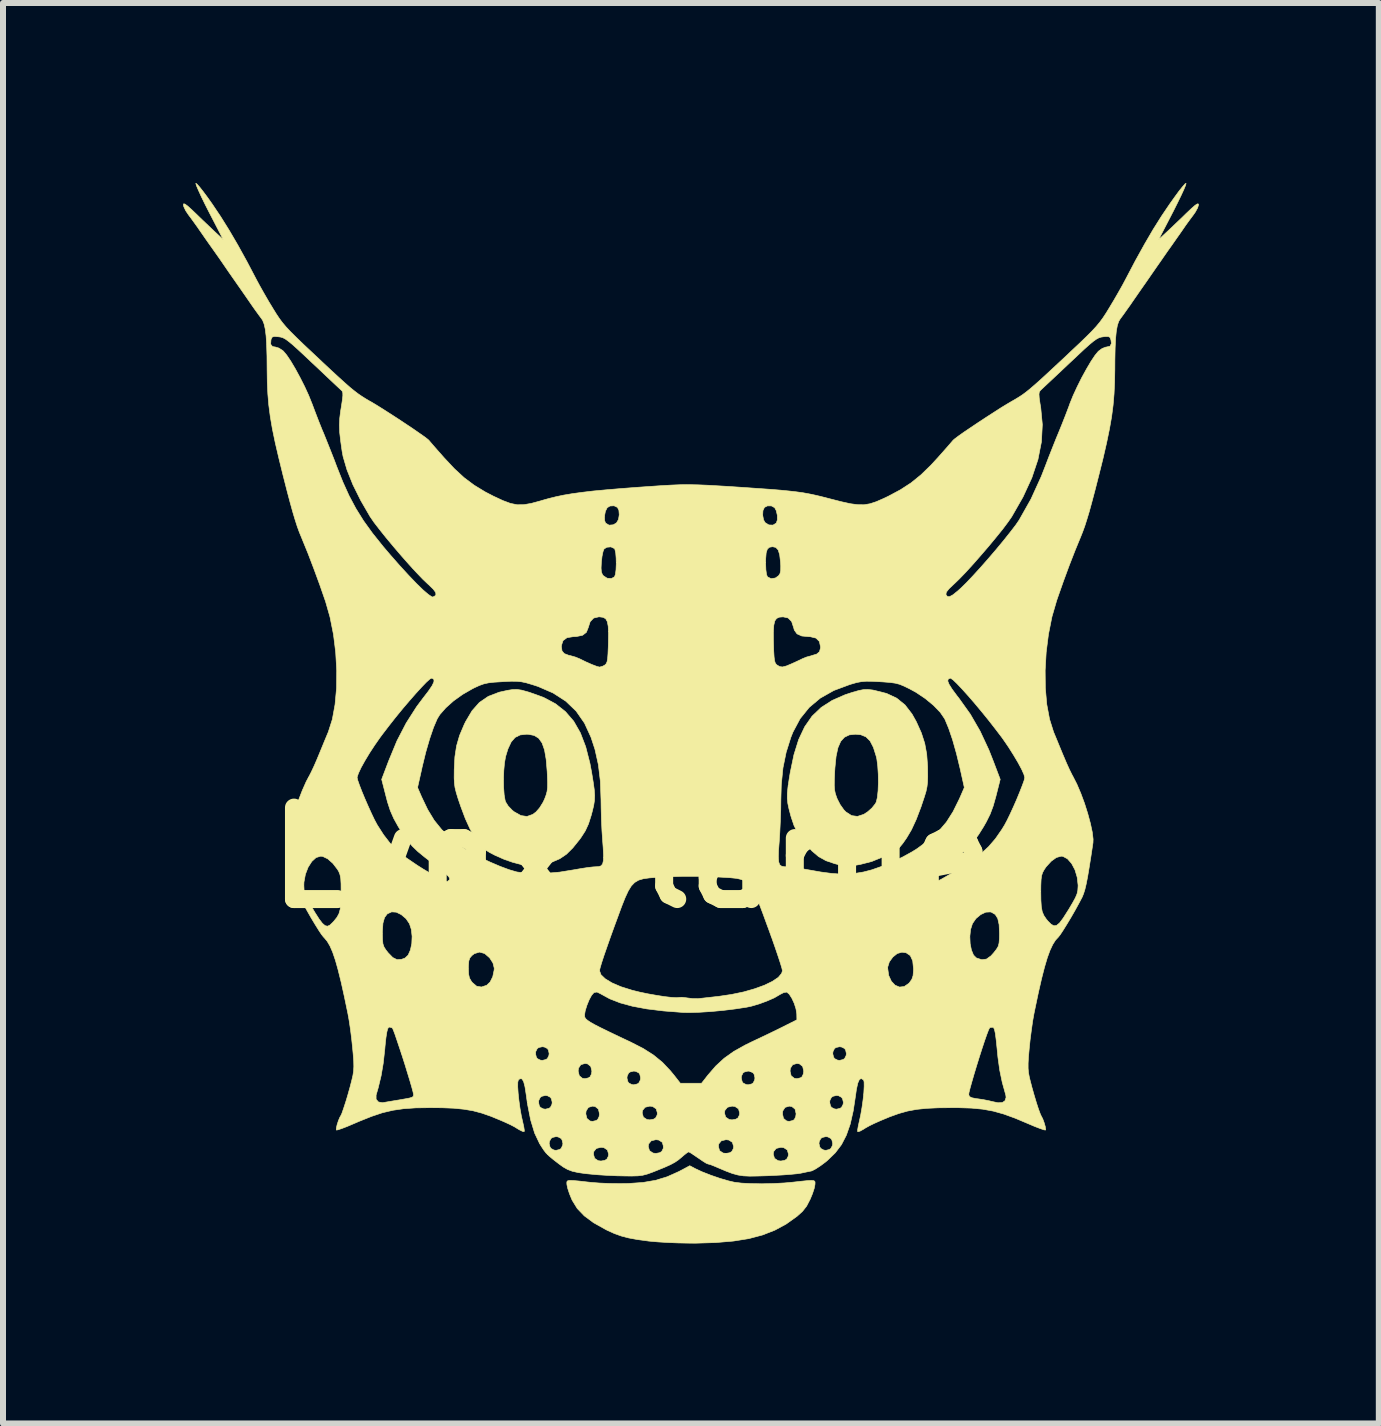
<source format=kicad_pcb>
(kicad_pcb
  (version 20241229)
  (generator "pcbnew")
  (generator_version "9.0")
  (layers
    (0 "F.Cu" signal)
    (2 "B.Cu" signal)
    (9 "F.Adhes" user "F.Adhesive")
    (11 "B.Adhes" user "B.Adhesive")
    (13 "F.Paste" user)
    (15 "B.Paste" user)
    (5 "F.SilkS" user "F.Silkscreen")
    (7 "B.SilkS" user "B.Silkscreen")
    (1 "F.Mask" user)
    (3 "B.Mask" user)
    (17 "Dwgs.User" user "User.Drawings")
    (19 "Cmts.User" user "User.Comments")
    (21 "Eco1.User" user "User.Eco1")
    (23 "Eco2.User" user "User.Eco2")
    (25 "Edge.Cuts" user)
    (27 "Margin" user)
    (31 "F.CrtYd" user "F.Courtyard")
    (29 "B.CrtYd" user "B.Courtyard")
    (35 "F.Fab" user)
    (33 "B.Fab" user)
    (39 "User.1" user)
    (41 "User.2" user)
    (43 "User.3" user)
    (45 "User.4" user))
  (footprint "Lynx large"
    (layer "F.Cu")
    (at 7.473 11.242)
    (property "Reference" "Lynx large" (at 0 0 0) (layer "F.SilkS") (effects (font (size 1.524 1.524) (thickness 0.3))))
    (attr through_hole)
    (fp_poly (pts (xy 1.063 5.182) (xy 1.177 5.235) (xy 1.32 5.291) (xy 1.474 5.344) (xy 1.618 5.386) (xy 1.713 5.408) (xy 1.834 5.423) (xy 1.991 5.431) (xy 2.172 5.434) (xy 2.363 5.43) (xy 2.551 5.42) (xy 2.692 5.407) (xy 2.836 5.391) (xy 2.936 5.381) (xy 3.001 5.378) (xy 3.038 5.382) (xy 3.055 5.394) (xy 3.059 5.416) (xy 3.057 5.448) (xy 3.057 5.448) (xy 3.045 5.51) (xy 3.016 5.598) (xy 2.977 5.693) (xy 2.976 5.694) (xy 2.918 5.806) (xy 2.85 5.893) (xy 2.756 5.978) (xy 2.751 5.981) (xy 2.576 6.106) (xy 2.389 6.207) (xy 2.184 6.287) (xy 1.954 6.348) (xy 1.695 6.389) (xy 1.4 6.414) (xy 1.065 6.424) (xy 0.947 6.423) (xy 0.782 6.42) (xy 0.608 6.413) (xy 0.444 6.403) (xy 0.308 6.391) (xy 0.279 6.388) (xy 0.097 6.363) (xy -0.05 6.336) (xy -0.172 6.304) (xy -0.286 6.263) (xy -0.405 6.209) (xy -0.432 6.195) (xy -0.632 6.083) (xy -0.787 5.968) (xy -0.904 5.846) (xy -0.987 5.711) (xy -0.995 5.694) (xy -1.034 5.599) (xy -1.063 5.51) (xy -1.076 5.449) (xy -1.076 5.448) (xy -1.078 5.418) (xy -1.075 5.396) (xy -1.061 5.383) (xy -1.028 5.378) (xy -0.97 5.38) (xy -0.878 5.388) (xy -0.746 5.403) (xy -0.673 5.411) (xy -0.532 5.422) (xy -0.363 5.429) (xy -0.189 5.431) (xy -0.051 5.429) (xy 0.192 5.412) (xy 0.402 5.376) (xy 0.595 5.317) (xy 0.787 5.231) (xy 0.835 5.206) (xy 0.971 5.133) (xy 1.063 5.182)) (stroke (width 0.01) (type solid)) (fill yes) (layer "F.SilkS"))
    (fp_poly (pts (xy 4.018 -2.794) (xy 4.044 -2.789) (xy 4.25 -2.737) (xy 4.419 -2.658) (xy 4.558 -2.545) (xy 4.675 -2.393) (xy 4.746 -2.266) (xy 4.83 -2.079) (xy 4.886 -1.906) (xy 4.919 -1.727) (xy 4.934 -1.523) (xy 4.935 -1.466) (xy 4.936 -1.35) (xy 4.933 -1.259) (xy 4.924 -1.181) (xy 4.907 -1.101) (xy 4.877 -1.004) (xy 4.834 -0.876) (xy 4.826 -0.851) (xy 4.745 -0.638) (xy 4.665 -0.465) (xy 4.585 -0.33) (xy 4.521 -0.238) (xy 4.468 -0.174) (xy 4.411 -0.126) (xy 4.335 -0.081) (xy 4.242 -0.034) (xy 4.004 0.063) (xy 3.81 0.113) (xy 3.711 0.13) (xy 3.633 0.143) (xy 3.588 0.15) (xy 3.581 0.15) (xy 3.552 0.143) (xy 3.487 0.126) (xy 3.399 0.103) (xy 3.381 0.098) (xy 3.24 0.05) (xy 3.119 -0.017) (xy 3.006 -0.113) (xy 2.891 -0.244) (xy 2.844 -0.306) (xy 2.766 -0.422) (xy 2.709 -0.534) (xy 2.664 -0.667) (xy 2.653 -0.703) (xy 2.624 -0.814) (xy 2.605 -0.904) (xy 2.596 -0.987) (xy 2.597 -1.075) (xy 2.608 -1.181) (xy 2.611 -1.203) (xy 3.379 -1.203) (xy 3.384 -1.13) (xy 3.396 -1.071) (xy 3.416 -1.011) (xy 3.428 -0.98) (xy 3.477 -0.884) (xy 3.539 -0.797) (xy 3.573 -0.762) (xy 3.668 -0.701) (xy 3.765 -0.688) (xy 3.87 -0.722) (xy 3.935 -0.764) (xy 4.006 -0.827) (xy 4.063 -0.898) (xy 4.079 -0.928) (xy 4.097 -1.004) (xy 4.109 -1.116) (xy 4.114 -1.251) (xy 4.112 -1.393) (xy 4.103 -1.53) (xy 4.088 -1.646) (xy 4.079 -1.685) (xy 4.031 -1.838) (xy 3.975 -1.946) (xy 3.906 -2.014) (xy 3.819 -2.049) (xy 3.732 -2.057) (xy 3.629 -2.046) (xy 3.548 -2.007) (xy 3.486 -1.938) (xy 3.44 -1.832) (xy 3.409 -1.687) (xy 3.39 -1.498) (xy 3.386 -1.435) (xy 3.38 -1.3) (xy 3.379 -1.203) (xy 2.611 -1.203) (xy 2.628 -1.316) (xy 2.645 -1.419) (xy 2.707 -1.716) (xy 2.786 -1.969) (xy 2.886 -2.181) (xy 3.009 -2.358) (xy 3.161 -2.503) (xy 3.343 -2.62) (xy 3.559 -2.715) (xy 3.681 -2.755) (xy 3.79 -2.786) (xy 3.869 -2.801) (xy 3.939 -2.803) (xy 4.018 -2.794)) (stroke (width 0.01) (type solid)) (fill yes) (layer "F.SilkS"))
    (fp_poly (pts (xy -1.832 -2.792) (xy -1.734 -2.765) (xy -1.7 -2.755) (xy -1.466 -2.671) (xy -1.267 -2.565) (xy -1.101 -2.434) (xy -0.963 -2.274) (xy -0.852 -2.08) (xy -0.763 -1.848) (xy -0.693 -1.574) (xy -0.664 -1.419) (xy -0.638 -1.259) (xy -0.621 -1.137) (xy -0.614 -1.039) (xy -0.617 -0.955) (xy -0.63 -0.87) (xy -0.653 -0.774) (xy -0.672 -0.703) (xy -0.717 -0.562) (xy -0.77 -0.447) (xy -0.842 -0.335) (xy -0.863 -0.306) (xy -0.978 -0.163) (xy -1.085 -0.057) (xy -1.196 0.018) (xy -1.322 0.072) (xy -1.416 0.1) (xy -1.513 0.124) (xy -1.591 0.141) (xy -1.637 0.15) (xy -1.643 0.15) (xy -1.676 0.144) (xy -1.746 0.131) (xy -1.837 0.113) (xy -1.854 0.11) (xy -1.98 0.077) (xy -2.123 0.027) (xy -2.259 -0.033) (xy -2.261 -0.033) (xy -2.365 -0.087) (xy -2.438 -0.132) (xy -2.494 -0.181) (xy -2.547 -0.248) (xy -2.603 -0.33) (xy -2.69 -0.477) (xy -2.77 -0.653) (xy -2.844 -0.851) (xy -2.89 -0.985) (xy -2.921 -1.087) (xy -2.941 -1.169) (xy -2.951 -1.246) (xy -2.954 -1.311) (xy -2.133 -1.311) (xy -2.131 -1.171) (xy -2.122 -1.048) (xy -2.106 -0.955) (xy -2.097 -0.928) (xy -2.055 -0.861) (xy -1.988 -0.791) (xy -1.954 -0.764) (xy -1.843 -0.702) (xy -1.742 -0.687) (xy -1.646 -0.721) (xy -1.591 -0.762) (xy -1.53 -0.832) (xy -1.472 -0.926) (xy -1.447 -0.98) (xy -1.423 -1.044) (xy -1.407 -1.103) (xy -1.399 -1.168) (xy -1.398 -1.252) (xy -1.402 -1.369) (xy -1.405 -1.435) (xy -1.422 -1.638) (xy -1.449 -1.795) (xy -1.49 -1.911) (xy -1.547 -1.991) (xy -1.622 -2.037) (xy -1.719 -2.056) (xy -1.75 -2.057) (xy -1.856 -2.045) (xy -1.939 -2.004) (xy -2.005 -1.928) (xy -2.059 -1.812) (xy -2.098 -1.685) (xy -2.116 -1.582) (xy -2.128 -1.452) (xy -2.133 -1.311) (xy -2.954 -1.311) (xy -2.955 -1.333) (xy -2.954 -1.445) (xy -2.954 -1.466) (xy -2.943 -1.68) (xy -2.915 -1.863) (xy -2.865 -2.036) (xy -2.788 -2.218) (xy -2.765 -2.266) (xy -2.657 -2.448) (xy -2.534 -2.587) (xy -2.386 -2.688) (xy -2.206 -2.757) (xy -2.062 -2.789) (xy -1.977 -2.802) (xy -1.907 -2.803) (xy -1.832 -2.792)) (stroke (width 0.01) (type solid)) (fill yes) (layer "F.SilkS"))
    (fp_poly (pts (xy 9.233 -11.204) (xy 9.204 -11.134) (xy 9.158 -11.034) (xy 9.098 -10.911) (xy 9.029 -10.773) (xy 9.017 -10.75) (xy 8.784 -10.3) (xy 8.907 -10.414) (xy 8.978 -10.48) (xy 9.071 -10.569) (xy 9.173 -10.666) (xy 9.239 -10.731) (xy 9.331 -10.818) (xy 9.392 -10.871) (xy 9.429 -10.895) (xy 9.446 -10.893) (xy 9.449 -10.879) (xy 9.434 -10.829) (xy 9.396 -10.759) (xy 9.361 -10.709) (xy 9.297 -10.623) (xy 9.233 -10.535) (xy 9.208 -10.498) (xy 9.161 -10.43) (xy 9.097 -10.339) (xy 9.029 -10.242) (xy 9.016 -10.223) (xy 8.936 -10.111) (xy 8.848 -9.984) (xy 8.77 -9.872) (xy 8.769 -9.871) (xy 8.695 -9.764) (xy 8.616 -9.65) (xy 8.549 -9.553) (xy 8.547 -9.551) (xy 8.48 -9.455) (xy 8.401 -9.341) (xy 8.327 -9.234) (xy 8.325 -9.23) (xy 8.26 -9.139) (xy 8.2 -9.054) (xy 8.155 -8.993) (xy 8.148 -8.985) (xy 8.119 -8.937) (xy 8.096 -8.869) (xy 8.079 -8.776) (xy 8.067 -8.653) (xy 8.059 -8.494) (xy 8.055 -8.293) (xy 8.054 -8.128) (xy 8.05 -7.921) (xy 8.041 -7.727) (xy 8.025 -7.539) (xy 8 -7.346) (xy 7.964 -7.141) (xy 7.917 -6.913) (xy 7.858 -6.656) (xy 7.785 -6.363) (xy 7.724 -6.124) (xy 7.672 -5.928) (xy 7.628 -5.767) (xy 7.588 -5.635) (xy 7.553 -5.525) (xy 7.518 -5.429) (xy 7.483 -5.341) (xy 7.48 -5.334) (xy 7.392 -5.12) (xy 7.296 -4.874) (xy 7.199 -4.611) (xy 7.106 -4.347) (xy 7.085 -4.286) (xy 7.006 -4.014) (xy 6.948 -3.722) (xy 6.91 -3.422) (xy 6.893 -3.121) (xy 6.896 -2.828) (xy 6.92 -2.554) (xy 6.966 -2.308) (xy 7.032 -2.098) (xy 7.033 -2.095) (xy 7.078 -1.987) (xy 7.132 -1.855) (xy 7.186 -1.724) (xy 7.201 -1.689) (xy 7.249 -1.576) (xy 7.298 -1.468) (xy 7.34 -1.383) (xy 7.354 -1.358) (xy 7.421 -1.227) (xy 7.487 -1.072) (xy 7.549 -0.905) (xy 7.603 -0.734) (xy 7.647 -0.571) (xy 7.678 -0.426) (xy 7.692 -0.309) (xy 7.69 -0.249) (xy 7.655 -0.016) (xy 7.625 0.172) (xy 7.6 0.321) (xy 7.577 0.438) (xy 7.556 0.527) (xy 7.535 0.595) (xy 7.514 0.648) (xy 7.508 0.661) (xy 7.454 0.763) (xy 7.391 0.878) (xy 7.322 0.998) (xy 7.254 1.111) (xy 7.193 1.209) (xy 7.145 1.282) (xy 7.115 1.321) (xy 7.115 1.321) (xy 7.065 1.375) (xy 7.019 1.448) (xy 6.974 1.544) (xy 6.929 1.667) (xy 6.883 1.822) (xy 6.834 2.013) (xy 6.781 2.244) (xy 6.723 2.52) (xy 6.706 2.603) (xy 6.685 2.721) (xy 6.664 2.87) (xy 6.643 3.03) (xy 6.628 3.176) (xy 6.615 3.32) (xy 6.609 3.426) (xy 6.609 3.509) (xy 6.615 3.581) (xy 6.629 3.655) (xy 6.642 3.709) (xy 6.674 3.832) (xy 6.71 3.959) (xy 6.747 4.082) (xy 6.781 4.187) (xy 6.81 4.265) (xy 6.827 4.303) (xy 6.852 4.35) (xy 6.876 4.415) (xy 6.895 4.481) (xy 6.902 4.528) (xy 6.899 4.539) (xy 6.872 4.535) (xy 6.808 4.513) (xy 6.717 4.478) (xy 6.611 4.433) (xy 6.393 4.341) (xy 6.203 4.272) (xy 6.028 4.223) (xy 5.853 4.191) (xy 5.663 4.173) (xy 5.444 4.166) (xy 5.344 4.166) (xy 5.111 4.168) (xy 4.918 4.177) (xy 4.752 4.194) (xy 4.601 4.222) (xy 4.455 4.263) (xy 4.302 4.318) (xy 4.153 4.38) (xy 4.045 4.428) (xy 3.967 4.466) (xy 3.902 4.502) (xy 3.866 4.525) (xy 3.81 4.556) (xy 3.774 4.567) (xy 3.769 4.565) (xy 3.768 4.536) (xy 3.779 4.472) (xy 3.794 4.403) (xy 3.819 4.289) (xy 3.841 4.162) (xy 3.859 4.033) (xy 3.868 3.95) (xy 5.619 3.95) (xy 5.633 3.981) (xy 5.67 4) (xy 5.743 4.015) (xy 5.771 4.018) (xy 5.869 4.033) (xy 5.96 4.051) (xy 5.999 4.061) (xy 6.107 4.084) (xy 6.18 4.08) (xy 6.223 4.051) (xy 6.242 3.995) (xy 6.237 3.956) (xy 6.178 3.744) (xy 6.136 3.542) (xy 6.106 3.326) (xy 6.093 3.192) (xy 6.077 3.038) (xy 6.063 2.929) (xy 6.048 2.861) (xy 6.031 2.829) (xy 6.026 2.826) (xy 5.98 2.828) (xy 5.967 2.837) (xy 5.95 2.87) (xy 5.922 2.943) (xy 5.885 3.048) (xy 5.843 3.175) (xy 5.798 3.315) (xy 5.753 3.46) (xy 5.71 3.602) (xy 5.673 3.73) (xy 5.643 3.837) (xy 5.624 3.913) (xy 5.619 3.95) (xy 3.868 3.95) (xy 3.872 3.911) (xy 3.877 3.809) (xy 3.876 3.736) (xy 3.867 3.704) (xy 3.828 3.68) (xy 3.797 3.697) (xy 3.771 3.756) (xy 3.748 3.86) (xy 3.735 3.954) (xy 3.695 4.218) (xy 3.645 4.439) (xy 3.58 4.625) (xy 3.499 4.782) (xy 3.396 4.918) (xy 3.27 5.04) (xy 3.236 5.069) (xy 3.149 5.134) (xy 3.069 5.186) (xy 3.01 5.217) (xy 2.997 5.221) (xy 2.932 5.234) (xy 2.847 5.252) (xy 2.819 5.258) (xy 2.756 5.267) (xy 2.652 5.277) (xy 2.521 5.287) (xy 2.372 5.295) (xy 2.267 5.3) (xy 2.099 5.305) (xy 1.97 5.307) (xy 1.865 5.302) (xy 1.774 5.288) (xy 1.682 5.263) (xy 1.578 5.224) (xy 1.448 5.169) (xy 1.38 5.14) (xy 1.319 5.116) (xy 1.279 5.105) (xy 1.277 5.105) (xy 1.245 5.092) (xy 1.186 5.055) (xy 1.112 5.004) (xy 1.111 5.004) (xy 1.037 4.953) (xy 1.018 4.94) (xy 2.362 4.94) (xy 2.383 5.01) (xy 2.442 5.049) (xy 2.489 5.055) (xy 2.551 5.044) (xy 2.586 5.024) (xy 2.611 4.975) (xy 2.616 4.94) (xy 2.596 4.87) (xy 2.537 4.832) (xy 2.489 4.826) (xy 2.411 4.845) (xy 2.369 4.897) (xy 2.362 4.94) (xy 1.018 4.94) (xy 0.98 4.916) (xy 0.951 4.902) (xy 0.951 4.902) (xy 0.924 4.918) (xy 0.873 4.958) (xy 0.835 4.991) (xy 0.781 5.036) (xy 0.722 5.076) (xy 0.648 5.116) (xy 0.55 5.16) (xy 0.417 5.214) (xy 0.349 5.241) (xy 0.263 5.272) (xy 0.187 5.292) (xy 0.106 5.302) (xy 0.001 5.305) (xy -0.096 5.304) (xy -0.242 5.301) (xy -0.4 5.294) (xy -0.545 5.285) (xy -0.597 5.281) (xy -0.763 5.265) (xy -0.889 5.247) (xy -0.987 5.225) (xy -1.066 5.195) (xy -1.138 5.154) (xy -1.209 5.103) (xy -1.307 5.027) (xy -1.375 4.97) (xy -1.405 4.94) (xy -0.635 4.94) (xy -0.614 5.01) (xy -0.556 5.049) (xy -0.508 5.055) (xy -0.446 5.044) (xy -0.411 5.024) (xy -0.386 4.975) (xy -0.381 4.94) (xy -0.402 4.87) (xy -0.46 4.832) (xy -0.508 4.826) (xy -0.586 4.845) (xy -0.628 4.897) (xy -0.635 4.94) (xy -1.405 4.94) (xy -1.424 4.922) (xy -1.463 4.871) (xy -1.505 4.807) (xy -1.532 4.763) (xy -1.372 4.763) (xy -1.358 4.821) (xy -1.341 4.846) (xy -1.292 4.872) (xy -1.257 4.877) (xy -1.199 4.863) (xy -1.173 4.846) (xy -1.157 4.813) (xy 0.279 4.813) (xy 0.3 4.883) (xy 0.359 4.922) (xy 0.406 4.928) (xy 0.468 4.917) (xy 0.503 4.897) (xy 0.528 4.848) (xy 0.533 4.813) (xy 1.448 4.813) (xy 1.468 4.883) (xy 1.527 4.922) (xy 1.575 4.928) (xy 1.637 4.917) (xy 1.671 4.897) (xy 1.697 4.848) (xy 1.702 4.813) (xy 1.687 4.763) (xy 3.124 4.763) (xy 3.138 4.821) (xy 3.155 4.846) (xy 3.204 4.872) (xy 3.239 4.877) (xy 3.297 4.863) (xy 3.322 4.846) (xy 3.348 4.797) (xy 3.353 4.763) (xy 3.339 4.704) (xy 3.322 4.679) (xy 3.273 4.653) (xy 3.239 4.648) (xy 3.18 4.662) (xy 3.155 4.679) (xy 3.129 4.728) (xy 3.124 4.763) (xy 1.687 4.763) (xy 1.681 4.743) (xy 1.622 4.705) (xy 1.575 4.699) (xy 1.497 4.718) (xy 1.454 4.77) (xy 1.448 4.813) (xy 0.533 4.813) (xy 0.513 4.743) (xy 0.454 4.705) (xy 0.406 4.699) (xy 0.329 4.718) (xy 0.286 4.77) (xy 0.279 4.813) (xy -1.157 4.813) (xy -1.148 4.797) (xy -1.143 4.763) (xy -1.157 4.704) (xy -1.173 4.679) (xy -1.223 4.653) (xy -1.257 4.648) (xy -1.316 4.662) (xy -1.341 4.679) (xy -1.367 4.728) (xy -1.372 4.763) (xy -1.532 4.763) (xy -1.614 4.59) (xy -1.681 4.369) (xy -1.701 4.267) (xy -0.762 4.267) (xy -0.743 4.345) (xy -0.691 4.388) (xy -0.648 4.394) (xy -0.589 4.38) (xy -0.564 4.364) (xy -0.54 4.316) (xy -0.533 4.267) (xy -0.536 4.255) (xy 0.178 4.255) (xy 0.198 4.324) (xy 0.257 4.363) (xy 0.305 4.369) (xy 0.367 4.358) (xy 0.401 4.338) (xy 0.427 4.289) (xy 0.432 4.255) (xy 1.549 4.255) (xy 1.57 4.324) (xy 1.629 4.363) (xy 1.676 4.369) (xy 1.738 4.358) (xy 1.773 4.338) (xy 1.798 4.289) (xy 1.802 4.267) (xy 2.515 4.267) (xy 2.533 4.345) (xy 2.586 4.388) (xy 2.629 4.394) (xy 2.687 4.38) (xy 2.713 4.364) (xy 2.736 4.316) (xy 2.743 4.267) (xy 2.725 4.189) (xy 2.672 4.147) (xy 2.629 4.14) (xy 2.559 4.161) (xy 2.521 4.22) (xy 2.515 4.267) (xy 1.802 4.267) (xy 1.803 4.255) (xy 1.783 4.185) (xy 1.724 4.146) (xy 1.676 4.14) (xy 1.599 4.159) (xy 1.556 4.212) (xy 1.549 4.255) (xy 0.432 4.255) (xy 0.411 4.185) (xy 0.352 4.146) (xy 0.305 4.14) (xy 0.227 4.159) (xy 0.184 4.212) (xy 0.178 4.255) (xy -0.536 4.255) (xy -0.552 4.189) (xy -0.605 4.147) (xy -0.648 4.14) (xy -0.718 4.161) (xy -0.756 4.22) (xy -0.762 4.267) (xy -1.701 4.267) (xy -1.734 4.1) (xy -1.737 4.077) (xy -1.549 4.077) (xy -1.536 4.135) (xy -1.519 4.161) (xy -1.469 4.186) (xy -1.435 4.191) (xy -1.377 4.177) (xy -1.351 4.161) (xy -1.326 4.111) (xy -1.321 4.077) (xy 3.302 4.077) (xy 3.316 4.135) (xy 3.332 4.161) (xy 3.382 4.186) (xy 3.416 4.191) (xy 3.475 4.177) (xy 3.5 4.161) (xy 3.526 4.111) (xy 3.531 4.077) (xy 3.517 4.018) (xy 3.5 3.993) (xy 3.451 3.967) (xy 3.416 3.962) (xy 3.358 3.976) (xy 3.332 3.993) (xy 3.307 4.042) (xy 3.302 4.077) (xy -1.321 4.077) (xy -1.335 4.018) (xy -1.351 3.993) (xy -1.401 3.967) (xy -1.435 3.962) (xy -1.493 3.976) (xy -1.519 3.993) (xy -1.544 4.042) (xy -1.549 4.077) (xy -1.737 4.077) (xy -1.754 3.954) (xy -1.775 3.818) (xy -1.798 3.73) (xy -1.826 3.686) (xy -1.86 3.684) (xy -1.885 3.704) (xy -1.895 3.741) (xy -1.896 3.818) (xy -1.889 3.923) (xy -1.876 4.046) (xy -1.858 4.176) (xy -1.836 4.302) (xy -1.813 4.403) (xy -1.795 4.484) (xy -1.786 4.543) (xy -1.788 4.565) (xy -1.815 4.561) (xy -1.868 4.535) (xy -1.885 4.525) (xy -1.95 4.485) (xy -2.019 4.449) (xy -2.108 4.408) (xy -2.172 4.38) (xy -2.341 4.31) (xy -2.493 4.257) (xy -2.639 4.218) (xy -2.791 4.192) (xy -2.96 4.175) (xy -3.158 4.167) (xy -3.363 4.166) (xy -3.597 4.169) (xy -3.797 4.183) (xy -3.976 4.209) (xy -4.15 4.25) (xy -4.332 4.311) (xy -4.537 4.393) (xy -4.63 4.433) (xy -4.738 4.479) (xy -4.829 4.514) (xy -4.892 4.535) (xy -4.918 4.539) (xy -4.919 4.509) (xy -4.906 4.451) (xy -4.884 4.383) (xy -4.859 4.324) (xy -4.846 4.303) (xy -4.826 4.261) (xy -4.798 4.18) (xy -4.763 4.073) (xy -4.748 4.025) (xy -4.256 4.025) (xy -4.217 4.071) (xy -4.15 4.083) (xy -4.142 4.082) (xy -4.085 4.072) (xy -3.996 4.057) (xy -3.894 4.04) (xy -3.886 4.039) (xy -3.772 4.019) (xy -3.698 4.005) (xy -3.656 3.992) (xy -3.637 3.977) (xy -3.632 3.957) (xy -3.632 3.944) (xy -3.64 3.905) (xy -3.661 3.827) (xy -3.692 3.72) (xy -3.731 3.592) (xy -3.742 3.556) (xy -0.889 3.556) (xy -0.87 3.634) (xy -0.818 3.676) (xy -0.775 3.683) (xy -0.721 3.67) (xy -0.076 3.67) (xy -0.062 3.729) (xy -0.046 3.754) (xy 0.004 3.78) (xy 0.038 3.785) (xy 0.096 3.771) (xy 0.122 3.754) (xy 0.147 3.705) (xy 0.152 3.67) (xy 0.139 3.612) (xy 0.122 3.586) (xy 0.072 3.561) (xy 0.038 3.556) (xy -0.02 3.57) (xy -0.046 3.586) (xy -0.071 3.636) (xy -0.076 3.67) (xy -0.721 3.67) (xy -0.716 3.669) (xy -0.691 3.653) (xy -0.667 3.605) (xy -0.66 3.556) (xy -0.679 3.478) (xy -0.732 3.436) (xy -0.775 3.429) (xy -0.845 3.45) (xy -0.883 3.508) (xy -0.889 3.556) (xy -3.742 3.556) (xy -3.774 3.451) (xy -3.82 3.307) (xy -3.834 3.264) (xy -1.6 3.264) (xy -1.586 3.322) (xy -1.57 3.348) (xy -1.52 3.373) (xy -1.486 3.378) (xy -1.428 3.364) (xy -1.402 3.348) (xy -1.377 3.298) (xy -1.372 3.264) (xy -1.385 3.206) (xy -1.402 3.18) (xy -1.452 3.155) (xy -1.486 3.15) (xy -1.544 3.163) (xy -1.57 3.18) (xy -1.595 3.23) (xy -1.6 3.264) (xy -3.834 3.264) (xy -3.866 3.168) (xy -3.908 3.043) (xy -3.943 2.94) (xy -3.97 2.869) (xy -3.985 2.837) (xy -3.985 2.837) (xy -4.028 2.823) (xy -4.045 2.826) (xy -4.062 2.849) (xy -4.077 2.906) (xy -4.092 3.002) (xy -4.107 3.143) (xy -4.111 3.192) (xy -4.137 3.426) (xy -4.172 3.633) (xy -4.221 3.836) (xy -4.256 3.956) (xy -4.256 4.025) (xy -4.748 4.025) (xy -4.726 3.95) (xy -4.69 3.822) (xy -4.661 3.709) (xy -4.642 3.627) (xy -4.631 3.555) (xy -4.627 3.48) (xy -4.629 3.39) (xy -4.638 3.271) (xy -4.647 3.176) (xy -4.663 3.022) (xy -4.683 2.862) (xy -4.705 2.714) (xy -4.721 2.623) (xy -0.783 2.623) (xy -0.782 2.638) (xy -0.777 2.661) (xy -0.762 2.684) (xy -0.733 2.71) (xy -0.685 2.742) (xy -0.615 2.782) (xy -0.517 2.832) (xy -0.386 2.896) (xy -0.219 2.976) (xy -0.018 3.071) (xy 0.194 3.179) (xy 0.367 3.289) (xy 0.515 3.41) (xy 0.649 3.552) (xy 0.71 3.626) (xy 0.814 3.759) (xy 1.167 3.759) (xy 1.237 3.67) (xy 1.829 3.67) (xy 1.843 3.729) (xy 1.859 3.754) (xy 1.909 3.78) (xy 1.943 3.785) (xy 2.001 3.771) (xy 2.027 3.754) (xy 2.052 3.705) (xy 2.057 3.67) (xy 2.044 3.612) (xy 2.027 3.586) (xy 1.977 3.561) (xy 1.943 3.556) (xy 2.642 3.556) (xy 2.66 3.634) (xy 2.713 3.676) (xy 2.756 3.683) (xy 2.814 3.669) (xy 2.84 3.653) (xy 2.863 3.605) (xy 2.87 3.556) (xy 2.852 3.478) (xy 2.799 3.436) (xy 2.756 3.429) (xy 2.686 3.45) (xy 2.648 3.508) (xy 2.642 3.556) (xy 1.943 3.556) (xy 1.885 3.57) (xy 1.859 3.586) (xy 1.834 3.636) (xy 1.829 3.67) (xy 1.237 3.67) (xy 1.271 3.626) (xy 1.404 3.472) (xy 1.544 3.343) (xy 1.655 3.264) (xy 3.353 3.264) (xy 3.367 3.322) (xy 3.383 3.348) (xy 3.433 3.373) (xy 3.467 3.378) (xy 3.525 3.364) (xy 3.551 3.348) (xy 3.576 3.298) (xy 3.581 3.264) (xy 3.568 3.206) (xy 3.551 3.18) (xy 3.501 3.155) (xy 3.467 3.15) (xy 3.409 3.163) (xy 3.383 3.18) (xy 3.358 3.23) (xy 3.353 3.264) (xy 1.655 3.264) (xy 1.704 3.229) (xy 1.897 3.121) (xy 1.999 3.071) (xy 2.141 3.004) (xy 2.29 2.933) (xy 2.428 2.866) (xy 2.537 2.812) (xy 2.54 2.81) (xy 2.756 2.702) (xy 2.754 2.602) (xy 2.741 2.52) (xy 2.712 2.428) (xy 2.672 2.342) (xy 2.629 2.275) (xy 2.589 2.241) (xy 2.585 2.24) (xy 2.536 2.248) (xy 2.473 2.28) (xy 2.462 2.287) (xy 2.378 2.336) (xy 2.261 2.387) (xy 2.129 2.436) (xy 2 2.474) (xy 1.921 2.491) (xy 1.731 2.52) (xy 1.527 2.545) (xy 1.322 2.564) (xy 1.13 2.576) (xy 0.964 2.581) (xy 0.86 2.579) (xy 0.535 2.554) (xy 0.255 2.52) (xy 0.015 2.475) (xy -0.19 2.419) (xy -0.364 2.351) (xy -0.514 2.269) (xy -0.515 2.268) (xy -0.575 2.239) (xy -0.62 2.246) (xy -0.628 2.251) (xy -0.665 2.293) (xy -0.706 2.369) (xy -0.743 2.46) (xy -0.771 2.55) (xy -0.783 2.623) (xy -4.721 2.623) (xy -4.725 2.603) (xy -4.785 2.314) (xy -4.839 2.071) (xy -4.889 1.87) (xy -4.896 1.844) (xy -2.718 1.844) (xy -2.714 1.941) (xy -2.7 2.006) (xy -2.669 2.059) (xy -2.652 2.081) (xy -2.58 2.142) (xy -2.5 2.155) (xy -2.413 2.126) (xy -2.356 2.072) (xy -2.312 1.984) (xy -2.291 1.883) (xy -0.533 1.883) (xy -0.509 1.95) (xy -0.438 2.018) (xy -0.326 2.086) (xy -0.177 2.15) (xy 0.004 2.207) (xy 0.01 2.209) (xy 0.136 2.24) (xy 0.275 2.269) (xy 0.417 2.294) (xy 0.55 2.315) (xy 0.665 2.328) (xy 0.751 2.333) (xy 0.796 2.329) (xy 0.839 2.326) (xy 0.908 2.334) (xy 0.928 2.337) (xy 1.019 2.348) (xy 1.109 2.349) (xy 1.118 2.348) (xy 1.182 2.341) (xy 1.281 2.33) (xy 1.396 2.317) (xy 1.452 2.311) (xy 1.667 2.279) (xy 1.869 2.237) (xy 2.054 2.184) (xy 2.216 2.125) (xy 2.348 2.061) (xy 2.446 1.995) (xy 2.502 1.928) (xy 2.515 1.883) (xy 2.506 1.842) (xy 2.506 1.841) (xy 4.269 1.841) (xy 4.286 1.963) (xy 4.33 2.059) (xy 4.392 2.125) (xy 4.466 2.156) (xy 4.545 2.147) (xy 4.622 2.094) (xy 4.633 2.081) (xy 4.672 2.026) (xy 4.692 1.966) (xy 4.699 1.881) (xy 4.699 1.848) (xy 4.686 1.719) (xy 4.646 1.632) (xy 4.577 1.585) (xy 4.506 1.575) (xy 4.428 1.597) (xy 4.355 1.656) (xy 4.297 1.735) (xy 4.27 1.821) (xy 4.269 1.841) (xy 2.506 1.841) (xy 2.482 1.761) (xy 2.444 1.645) (xy 2.396 1.503) (xy 2.339 1.34) (xy 2.329 1.313) (xy 5.638 1.313) (xy 5.643 1.431) (xy 5.664 1.538) (xy 5.699 1.623) (xy 5.747 1.671) (xy 5.837 1.7) (xy 5.915 1.69) (xy 5.99 1.636) (xy 6.035 1.586) (xy 6.082 1.526) (xy 6.111 1.477) (xy 6.125 1.422) (xy 6.131 1.345) (xy 6.132 1.261) (xy 6.126 1.116) (xy 6.103 1.013) (xy 6.061 0.946) (xy 5.996 0.908) (xy 5.98 0.904) (xy 5.904 0.908) (xy 5.819 0.948) (xy 5.74 1.014) (xy 5.682 1.098) (xy 5.681 1.1) (xy 5.65 1.198) (xy 5.638 1.313) (xy 2.329 1.313) (xy 2.275 1.164) (xy 2.268 1.146) (xy 2.19 0.932) (xy 2.125 0.76) (xy 2.07 0.626) (xy 2.036 0.559) (xy 6.82 0.559) (xy 6.822 0.708) (xy 6.829 0.817) (xy 6.844 0.899) (xy 6.871 0.963) (xy 6.911 1.022) (xy 6.938 1.055) (xy 6.992 1.109) (xy 7.038 1.135) (xy 7.083 1.129) (xy 7.133 1.088) (xy 7.193 1.008) (xy 7.27 0.887) (xy 7.283 0.867) (xy 7.351 0.752) (xy 7.397 0.668) (xy 7.424 0.604) (xy 7.437 0.547) (xy 7.441 0.487) (xy 7.442 0.46) (xy 7.427 0.327) (xy 7.39 0.203) (xy 7.334 0.097) (xy 7.265 0.019) (xy 7.189 -0.022) (xy 7.16 -0.025) (xy 7.08 -0.003) (xy 6.994 0.059) (xy 6.91 0.151) (xy 6.878 0.198) (xy 6.851 0.247) (xy 6.834 0.299) (xy 6.825 0.366) (xy 6.821 0.462) (xy 6.82 0.559) (xy 2.036 0.559) (xy 2.019 0.524) (xy 1.966 0.45) (xy 1.908 0.398) (xy 1.838 0.365) (xy 1.779 0.351) (xy 5.007 0.351) (xy 5.012 0.379) (xy 5.021 0.389) (xy 5.038 0.401) (xy 5.063 0.401) (xy 5.102 0.389) (xy 5.161 0.36) (xy 5.247 0.311) (xy 5.366 0.241) (xy 5.455 0.187) (xy 5.655 0.059) (xy 5.816 -0.06) (xy 5.949 -0.182) (xy 6.064 -0.315) (xy 6.17 -0.468) (xy 6.218 -0.546) (xy 6.259 -0.623) (xy 6.309 -0.726) (xy 6.364 -0.846) (xy 6.419 -0.971) (xy 6.469 -1.093) (xy 6.511 -1.2) (xy 6.541 -1.283) (xy 6.553 -1.332) (xy 6.553 -1.334) (xy 6.539 -1.388) (xy 6.5 -1.475) (xy 6.441 -1.585) (xy 6.366 -1.711) (xy 6.282 -1.844) (xy 6.192 -1.975) (xy 6.169 -2.007) (xy 6.064 -2.145) (xy 5.951 -2.29) (xy 5.834 -2.434) (xy 5.719 -2.572) (xy 5.608 -2.7) (xy 5.508 -2.811) (xy 5.424 -2.9) (xy 5.359 -2.962) (xy 5.319 -2.99) (xy 5.311 -2.992) (xy 5.278 -2.976) (xy 5.27 -2.944) (xy 5.291 -2.89) (xy 5.341 -2.81) (xy 5.423 -2.699) (xy 5.459 -2.653) (xy 5.646 -2.391) (xy 5.809 -2.109) (xy 5.955 -1.796) (xy 6.028 -1.611) (xy 6.144 -1.305) (xy 6.073 -1.024) (xy 6.027 -0.861) (xy 5.976 -0.725) (xy 5.912 -0.596) (xy 5.867 -0.517) (xy 5.787 -0.389) (xy 5.712 -0.283) (xy 5.633 -0.19) (xy 5.539 -0.1) (xy 5.421 -0.003) (xy 5.277 0.106) (xy 5.157 0.197) (xy 5.075 0.265) (xy 5.026 0.315) (xy 5.007 0.351) (xy 1.779 0.351) (xy 1.753 0.345) (xy 1.646 0.334) (xy 1.513 0.326) (xy 1.406 0.32) (xy 1.134 0.311) (xy 0.846 0.311) (xy 0.575 0.32) (xy 0.422 0.328) (xy 0.298 0.337) (xy 0.198 0.351) (xy 0.119 0.374) (xy 0.053 0.413) (xy -0.003 0.471) (xy -0.054 0.554) (xy -0.106 0.666) (xy -0.164 0.812) (xy -0.232 0.997) (xy -0.287 1.146) (xy -0.351 1.323) (xy -0.409 1.488) (xy -0.459 1.632) (xy -0.498 1.751) (xy -0.523 1.836) (xy -0.533 1.881) (xy -0.533 1.883) (xy -2.291 1.883) (xy -2.289 1.875) (xy -2.287 1.841) (xy -2.309 1.754) (xy -2.364 1.669) (xy -2.447 1.597) (xy -2.533 1.573) (xy -2.618 1.599) (xy -2.659 1.63) (xy -2.693 1.67) (xy -2.711 1.721) (xy -2.717 1.799) (xy -2.718 1.844) (xy -4.896 1.844) (xy -4.935 1.706) (xy -4.98 1.574) (xy -5.025 1.471) (xy -5.071 1.393) (xy -5.12 1.334) (xy -5.133 1.321) (xy -5.163 1.283) (xy -5.2 1.228) (xy -4.151 1.228) (xy -4.151 1.261) (xy -4.149 1.366) (xy -4.142 1.436) (xy -4.124 1.488) (xy -4.092 1.538) (xy -4.054 1.586) (xy -3.978 1.664) (xy -3.908 1.699) (xy -3.832 1.694) (xy -3.773 1.672) (xy -3.722 1.624) (xy -3.684 1.538) (xy -3.661 1.43) (xy -3.656 1.311) (xy -3.669 1.195) (xy -3.7 1.1) (xy -3.757 1.016) (xy -3.836 0.949) (xy -3.92 0.908) (xy -3.997 0.903) (xy -3.999 0.904) (xy -4.069 0.936) (xy -4.115 0.997) (xy -4.142 1.092) (xy -4.151 1.228) (xy -5.2 1.228) (xy -5.211 1.211) (xy -5.272 1.113) (xy -5.34 1) (xy -5.408 0.88) (xy -5.472 0.765) (xy -5.526 0.662) (xy -5.527 0.661) (xy -5.548 0.611) (xy -5.569 0.548) (xy -5.59 0.465) (xy -5.591 0.458) (xy -5.46 0.458) (xy -5.456 0.543) (xy -5.438 0.618) (xy -5.399 0.701) (xy -5.364 0.762) (xy -5.275 0.913) (xy -5.205 1.023) (xy -5.15 1.095) (xy -5.105 1.133) (xy -5.065 1.142) (xy -5.025 1.123) (xy -4.981 1.081) (xy -4.956 1.054) (xy -4.908 0.994) (xy -4.875 0.934) (xy -4.855 0.863) (xy -4.843 0.769) (xy -4.839 0.642) (xy -4.839 0.559) (xy -4.84 0.434) (xy -4.845 0.347) (xy -4.857 0.285) (xy -4.876 0.235) (xy -4.897 0.198) (xy -4.976 0.095) (xy -5.062 0.019) (xy -5.146 -0.021) (xy -5.179 -0.025) (xy -5.256 -0.002) (xy -5.327 0.063) (xy -5.389 0.16) (xy -5.434 0.277) (xy -5.458 0.407) (xy -5.46 0.458) (xy -5.591 0.458) (xy -5.612 0.357) (xy -5.637 0.217) (xy -5.665 0.041) (xy -5.698 -0.179) (xy -5.708 -0.249) (xy -5.708 -0.34) (xy -5.689 -0.466) (xy -5.654 -0.618) (xy -5.607 -0.784) (xy -5.55 -0.955) (xy -5.486 -1.12) (xy -5.42 -1.269) (xy -5.385 -1.334) (xy -4.572 -1.334) (xy -4.562 -1.29) (xy -4.534 -1.21) (xy -4.493 -1.104) (xy -4.443 -0.984) (xy -4.388 -0.858) (xy -4.333 -0.737) (xy -4.283 -0.632) (xy -4.24 -0.552) (xy -4.237 -0.546) (xy -4.131 -0.381) (xy -4.022 -0.24) (xy -3.898 -0.115) (xy -3.751 0.004) (xy -3.57 0.127) (xy -3.475 0.187) (xy -3.352 0.26) (xy -3.242 0.322) (xy -3.153 0.368) (xy -3.094 0.395) (xy -3.074 0.4) (xy -3.036 0.372) (xy -3.028 0.352) (xy -3.045 0.317) (xy -3.106 0.256) (xy -3.21 0.171) (xy -3.294 0.107) (xy -3.444 -0.007) (xy -3.561 -0.103) (xy -3.654 -0.193) (xy -3.733 -0.286) (xy -3.808 -0.391) (xy -3.886 -0.517) (xy -3.962 -0.654) (xy -4.019 -0.784) (xy -4.066 -0.928) (xy -4.091 -1.024) (xy -4.128 -1.169) (xy -3.565 -1.169) (xy -3.498 -1.014) (xy -3.396 -0.801) (xy -3.288 -0.623) (xy -3.163 -0.468) (xy -3.011 -0.325) (xy -2.822 -0.181) (xy -2.783 -0.153) (xy -2.664 -0.08) (xy -2.517 -0.002) (xy -2.355 0.074) (xy -2.191 0.144) (xy -2.041 0.2) (xy -1.918 0.236) (xy -1.904 0.239) (xy -1.703 0.264) (xy -1.466 0.264) (xy -1.2 0.241) (xy -0.959 0.202) (xy -0.839 0.181) (xy -0.728 0.164) (xy -0.641 0.154) (xy -0.606 0.152) (xy -0.548 0.149) (xy -0.507 0.136) (xy -0.481 0.104) (xy -0.468 0.048) (xy -0.467 -0.005) (xy 2.447 -0.005) (xy 2.453 0.071) (xy 2.47 0.118) (xy 2.501 0.142) (xy 2.548 0.151) (xy 2.588 0.152) (xy 2.651 0.157) (xy 2.75 0.17) (xy 2.867 0.188) (xy 2.946 0.202) (xy 3.157 0.239) (xy 3.331 0.262) (xy 3.48 0.273) (xy 3.615 0.272) (xy 3.748 0.258) (xy 3.864 0.239) (xy 4.003 0.203) (xy 4.169 0.145) (xy 4.347 0.071) (xy 4.522 -0.013) (xy 4.678 -0.099) (xy 4.764 -0.153) (xy 4.96 -0.299) (xy 5.118 -0.441) (xy 5.248 -0.593) (xy 5.358 -0.766) (xy 5.46 -0.972) (xy 5.479 -1.014) (xy 5.546 -1.169) (xy 5.477 -1.48) (xy 5.415 -1.736) (xy 5.351 -1.963) (xy 5.286 -2.154) (xy 5.224 -2.303) (xy 5.218 -2.315) (xy 5.144 -2.423) (xy 5.033 -2.538) (xy 4.895 -2.652) (xy 4.74 -2.756) (xy 4.635 -2.813) (xy 4.543 -2.858) (xy 4.468 -2.889) (xy 4.394 -2.908) (xy 4.307 -2.92) (xy 4.191 -2.929) (xy 4.14 -2.932) (xy 4.008 -2.939) (xy 3.909 -2.94) (xy 3.829 -2.933) (xy 3.75 -2.918) (xy 3.657 -2.891) (xy 3.637 -2.885) (xy 3.371 -2.786) (xy 3.146 -2.659) (xy 2.961 -2.504) (xy 2.81 -2.317) (xy 2.691 -2.094) (xy 2.656 -2.007) (xy 2.577 -1.756) (xy 2.524 -1.497) (xy 2.496 -1.216) (xy 2.489 -0.967) (xy 2.487 -0.799) (xy 2.48 -0.606) (xy 2.471 -0.415) (xy 2.462 -0.273) (xy 2.45 -0.117) (xy 2.447 -0.005) (xy -0.467 -0.005) (xy -0.466 -0.04) (xy -0.472 -0.167) (xy -0.48 -0.273) (xy -0.492 -0.444) (xy -0.501 -0.638) (xy -0.506 -0.828) (xy -0.508 -0.967) (xy -0.519 -1.275) (xy -0.552 -1.55) (xy -0.609 -1.806) (xy -0.675 -2.007) (xy -0.783 -2.242) (xy -0.922 -2.442) (xy -1.095 -2.608) (xy -1.306 -2.744) (xy -1.557 -2.853) (xy -1.656 -2.885) (xy -1.754 -2.914) (xy -1.834 -2.931) (xy -1.912 -2.939) (xy -2.006 -2.94) (xy -2.131 -2.934) (xy -2.159 -2.932) (xy -2.29 -2.924) (xy -2.385 -2.913) (xy -2.461 -2.896) (xy -2.534 -2.87) (xy -2.619 -2.831) (xy -2.654 -2.813) (xy -2.814 -2.721) (xy -2.965 -2.613) (xy -3.095 -2.497) (xy -3.194 -2.384) (xy -3.237 -2.315) (xy -3.299 -2.17) (xy -3.363 -1.983) (xy -3.428 -1.759) (xy -3.49 -1.505) (xy -3.495 -1.48) (xy -3.565 -1.169) (xy -4.128 -1.169) (xy -4.163 -1.305) (xy -4.047 -1.611) (xy -3.908 -1.947) (xy -3.754 -2.244) (xy -3.581 -2.515) (xy -3.478 -2.653) (xy -3.384 -2.775) (xy -3.323 -2.865) (xy -3.293 -2.928) (xy -3.291 -2.967) (xy -3.316 -2.988) (xy -3.33 -2.992) (xy -3.361 -2.976) (xy -3.418 -2.925) (xy -3.496 -2.844) (xy -3.591 -2.74) (xy -3.698 -2.618) (xy -3.813 -2.483) (xy -3.93 -2.34) (xy -4.044 -2.195) (xy -4.152 -2.054) (xy -4.187 -2.007) (xy -4.278 -1.877) (xy -4.365 -1.744) (xy -4.442 -1.616) (xy -4.506 -1.501) (xy -4.55 -1.407) (xy -4.571 -1.344) (xy -4.572 -1.334) (xy -5.385 -1.334) (xy -5.372 -1.358) (xy -5.336 -1.428) (xy -5.289 -1.528) (xy -5.24 -1.641) (xy -5.22 -1.689) (xy -5.168 -1.815) (xy -5.113 -1.949) (xy -5.064 -2.067) (xy -5.052 -2.095) (xy -4.985 -2.305) (xy -4.94 -2.551) (xy -4.915 -2.825) (xy -4.912 -3.117) (xy -4.929 -3.418) (xy -4.941 -3.517) (xy -1.168 -3.517) (xy -1.158 -3.446) (xy -1.121 -3.401) (xy -1.045 -3.372) (xy -1.016 -3.366) (xy -0.935 -3.343) (xy -0.864 -3.314) (xy -0.864 -3.314) (xy -0.758 -3.262) (xy -0.658 -3.218) (xy -0.579 -3.188) (xy -0.532 -3.176) (xy -0.481 -3.19) (xy -0.443 -3.211) (xy -0.423 -3.231) (xy -0.408 -3.262) (xy -0.398 -3.314) (xy -0.392 -3.394) (xy -0.387 -3.512) (xy -0.385 -3.581) (xy -0.383 -3.74) (xy -0.384 -3.766) (xy 2.364 -3.766) (xy 2.365 -3.617) (xy 2.366 -3.581) (xy 2.37 -3.443) (xy 2.376 -3.346) (xy 2.384 -3.283) (xy 2.396 -3.244) (xy 2.414 -3.219) (xy 2.424 -3.211) (xy 2.47 -3.184) (xy 2.516 -3.178) (xy 2.579 -3.194) (xy 2.661 -3.228) (xy 2.745 -3.266) (xy 2.82 -3.301) (xy 2.845 -3.314) (xy 2.916 -3.343) (xy 2.997 -3.365) (xy 2.997 -3.366) (xy 3.085 -3.392) (xy 3.132 -3.431) (xy 3.149 -3.493) (xy 3.15 -3.513) (xy 3.131 -3.603) (xy 3.074 -3.659) (xy 2.98 -3.682) (xy 2.956 -3.683) (xy 2.837 -3.694) (xy 2.758 -3.73) (xy 2.713 -3.793) (xy 2.702 -3.833) (xy 2.668 -3.936) (xy 2.609 -3.995) (xy 2.527 -4.013) (xy 2.464 -4.008) (xy 2.418 -3.987) (xy 2.388 -3.945) (xy 2.371 -3.873) (xy 2.364 -3.766) (xy -0.384 -3.766) (xy -0.388 -3.855) (xy -0.403 -3.933) (xy -0.43 -3.981) (xy -0.472 -4.005) (xy -0.532 -4.013) (xy -0.546 -4.013) (xy -0.631 -3.993) (xy -0.689 -3.932) (xy -0.721 -3.833) (xy -0.752 -3.755) (xy -0.816 -3.706) (xy -0.918 -3.685) (xy -0.971 -3.683) (xy -1.075 -3.666) (xy -1.141 -3.617) (xy -1.168 -3.535) (xy -1.168 -3.517) (xy -4.941 -3.517) (xy -4.966 -3.719) (xy -5.024 -4.01) (xy -5.102 -4.283) (xy -5.104 -4.286) (xy -5.195 -4.548) (xy -5.292 -4.812) (xy -5.388 -5.064) (xy -5.479 -5.287) (xy -5.498 -5.334) (xy -5.534 -5.421) (xy -5.569 -5.516) (xy -5.604 -5.625) (xy -5.643 -5.755) (xy -5.687 -5.913) (xy -5.738 -6.105) (xy -5.798 -6.34) (xy -5.804 -6.363) (xy -5.877 -6.66) (xy -5.937 -6.917) (xy -5.984 -7.144) (xy -6.019 -7.349) (xy -6.044 -7.541) (xy -6.06 -7.73) (xy -6.069 -7.923) (xy -6.072 -8.128) (xy -6.074 -8.36) (xy -6.08 -8.547) (xy -6.08 -8.556) (xy -6.013 -8.556) (xy -5.982 -8.517) (xy -5.932 -8.509) (xy -5.876 -8.492) (xy -5.811 -8.45) (xy -5.799 -8.439) (xy -5.745 -8.374) (xy -5.677 -8.273) (xy -5.601 -8.145) (xy -5.523 -8.001) (xy -5.447 -7.851) (xy -5.38 -7.705) (xy -5.327 -7.573) (xy -5.325 -7.569) (xy -5.274 -7.433) (xy -5.214 -7.277) (xy -5.154 -7.127) (xy -5.131 -7.074) (xy -5.077 -6.94) (xy -5.014 -6.782) (xy -4.951 -6.622) (xy -4.914 -6.523) (xy -4.81 -6.261) (xy -4.706 -6.031) (xy -4.593 -5.819) (xy -4.466 -5.615) (xy -4.316 -5.407) (xy -4.139 -5.186) (xy -4.019 -5.045) (xy -3.86 -4.864) (xy -3.713 -4.704) (xy -3.584 -4.569) (xy -3.475 -4.463) (xy -3.389 -4.389) (xy -3.33 -4.349) (xy -3.31 -4.343) (xy -3.272 -4.364) (xy -3.259 -4.385) (xy -3.259 -4.389) (xy 5.239 -4.389) (xy 5.24 -4.385) (xy 5.263 -4.353) (xy 5.298 -4.349) (xy 5.353 -4.378) (xy 5.432 -4.441) (xy 5.489 -4.492) (xy 5.579 -4.58) (xy 5.69 -4.697) (xy 5.815 -4.834) (xy 5.946 -4.983) (xy 6.078 -5.137) (xy 6.202 -5.287) (xy 6.312 -5.425) (xy 6.402 -5.542) (xy 6.463 -5.631) (xy 6.463 -5.632) (xy 6.657 -5.976) (xy 6.829 -6.354) (xy 6.895 -6.523) (xy 6.951 -6.67) (xy 7.015 -6.832) (xy 7.076 -6.985) (xy 7.113 -7.074) (xy 7.17 -7.214) (xy 7.232 -7.371) (xy 7.288 -7.518) (xy 7.306 -7.569) (xy 7.359 -7.7) (xy 7.426 -7.845) (xy 7.501 -7.996) (xy 7.58 -8.14) (xy 7.656 -8.269) (xy 7.724 -8.371) (xy 7.779 -8.438) (xy 7.78 -8.439) (xy 7.843 -8.485) (xy 7.903 -8.508) (xy 7.913 -8.509) (xy 7.974 -8.523) (xy 7.997 -8.569) (xy 7.989 -8.628) (xy 7.975 -8.668) (xy 7.947 -8.684) (xy 7.891 -8.684) (xy 7.861 -8.68) (xy 7.823 -8.674) (xy 7.787 -8.662) (xy 7.746 -8.64) (xy 7.694 -8.603) (xy 7.628 -8.548) (xy 7.54 -8.469) (xy 7.427 -8.363) (xy 7.297 -8.241) (xy 7.17 -8.121) (xy 7.054 -8.012) (xy 6.954 -7.918) (xy 6.876 -7.845) (xy 6.826 -7.798) (xy 6.811 -7.783) (xy 6.796 -7.761) (xy 6.79 -7.724) (xy 6.794 -7.662) (xy 6.808 -7.565) (xy 6.819 -7.502) (xy 6.846 -7.218) (xy 6.831 -6.93) (xy 6.773 -6.635) (xy 6.671 -6.33) (xy 6.524 -6.011) (xy 6.336 -5.682) (xy 6.274 -5.593) (xy 6.185 -5.474) (xy 6.074 -5.337) (xy 5.95 -5.187) (xy 5.819 -5.035) (xy 5.69 -4.888) (xy 5.568 -4.754) (xy 5.461 -4.643) (xy 5.377 -4.562) (xy 5.375 -4.561) (xy 5.292 -4.482) (xy 5.248 -4.427) (xy 5.239 -4.389) (xy -3.259 -4.389) (xy -3.264 -4.421) (xy -3.303 -4.474) (xy -3.381 -4.55) (xy -3.394 -4.561) (xy -3.478 -4.641) (xy -3.584 -4.752) (xy -3.652 -4.826) (xy -0.507 -4.826) (xy -0.502 -4.762) (xy -0.485 -4.719) (xy -0.469 -4.698) (xy -0.406 -4.657) (xy -0.335 -4.652) (xy -0.284 -4.679) (xy -0.268 -4.72) (xy -0.258 -4.797) (xy -0.254 -4.892) (xy -0.254 -4.915) (xy 2.235 -4.915) (xy 2.239 -4.8) (xy 2.25 -4.718) (xy 2.266 -4.679) (xy 2.326 -4.65) (xy 2.397 -4.66) (xy 2.451 -4.698) (xy 2.475 -4.735) (xy 2.486 -4.785) (xy 2.487 -4.862) (xy 2.483 -4.927) (xy 2.469 -5.049) (xy 2.444 -5.128) (xy 2.405 -5.17) (xy 2.351 -5.182) (xy 2.298 -5.173) (xy 2.264 -5.142) (xy 2.244 -5.08) (xy 2.236 -4.98) (xy 2.235 -4.915) (xy -0.254 -4.915) (xy -0.256 -4.992) (xy -0.263 -5.079) (xy -0.277 -5.138) (xy -0.284 -5.151) (xy -0.343 -5.179) (xy -0.412 -5.173) (xy -0.458 -5.143) (xy -0.475 -5.099) (xy -0.491 -5.022) (xy -0.502 -4.927) (xy -0.502 -4.927) (xy -0.507 -4.826) (xy -3.652 -4.826) (xy -3.706 -4.885) (xy -3.836 -5.032) (xy -3.966 -5.184) (xy -4.091 -5.334) (xy -4.201 -5.472) (xy -4.292 -5.59) (xy -4.354 -5.681) (xy -4.355 -5.682) (xy -4.361 -5.692) (xy -0.45 -5.692) (xy -0.448 -5.618) (xy -0.432 -5.576) (xy -0.374 -5.541) (xy -0.304 -5.547) (xy -0.25 -5.579) (xy -0.217 -5.635) (xy -0.205 -5.706) (xy 2.186 -5.706) (xy 2.201 -5.629) (xy 2.226 -5.584) (xy 2.289 -5.545) (xy 2.358 -5.542) (xy 2.413 -5.576) (xy 2.431 -5.629) (xy 2.43 -5.706) (xy 2.412 -5.783) (xy 2.386 -5.832) (xy 2.332 -5.862) (xy 2.264 -5.862) (xy 2.215 -5.837) (xy 2.19 -5.783) (xy 2.186 -5.706) (xy -0.205 -5.706) (xy -0.204 -5.713) (xy -0.21 -5.789) (xy -0.234 -5.837) (xy -0.291 -5.864) (xy -0.359 -5.86) (xy -0.405 -5.832) (xy -0.435 -5.771) (xy -0.45 -5.692) (xy -4.361 -5.692) (xy -4.513 -5.955) (xy -4.643 -6.217) (xy -4.741 -6.463) (xy -4.806 -6.685) (xy -4.822 -6.77) (xy -4.847 -6.947) (xy -4.863 -7.089) (xy -4.867 -7.209) (xy -4.862 -7.322) (xy -4.847 -7.443) (xy -4.837 -7.502) (xy -4.819 -7.62) (xy -4.81 -7.698) (xy -4.811 -7.746) (xy -4.821 -7.774) (xy -4.829 -7.783) (xy -4.857 -7.809) (xy -4.916 -7.864) (xy -5.001 -7.944) (xy -5.106 -8.043) (xy -5.226 -8.157) (xy -5.316 -8.241) (xy -5.458 -8.375) (xy -5.569 -8.478) (xy -5.654 -8.554) (xy -5.719 -8.607) (xy -5.769 -8.643) (xy -5.809 -8.664) (xy -5.846 -8.675) (xy -5.88 -8.68) (xy -5.95 -8.686) (xy -5.986 -8.676) (xy -6.003 -8.645) (xy -6.008 -8.628) (xy -6.013 -8.556) (xy -6.08 -8.556) (xy -6.089 -8.695) (xy -6.103 -8.808) (xy -6.122 -8.892) (xy -6.146 -8.954) (xy -6.167 -8.985) (xy -6.208 -9.04) (xy -6.266 -9.12) (xy -6.331 -9.212) (xy -6.343 -9.23) (xy -6.417 -9.337) (xy -6.496 -9.451) (xy -6.564 -9.548) (xy -6.566 -9.551) (xy -6.633 -9.647) (xy -6.712 -9.76) (xy -6.786 -9.868) (xy -6.788 -9.871) (xy -6.865 -9.983) (xy -6.954 -10.109) (xy -7.034 -10.222) (xy -7.035 -10.223) (xy -7.103 -10.32) (xy -7.168 -10.414) (xy -7.219 -10.487) (xy -7.226 -10.498) (xy -7.282 -10.576) (xy -7.348 -10.667) (xy -7.38 -10.709) (xy -7.429 -10.782) (xy -7.46 -10.848) (xy -7.468 -10.879) (xy -7.461 -10.897) (xy -7.438 -10.89) (xy -7.394 -10.857) (xy -7.323 -10.793) (xy -7.258 -10.731) (xy -7.159 -10.635) (xy -7.058 -10.539) (xy -6.971 -10.456) (xy -6.926 -10.414) (xy -6.803 -10.3) (xy -7.036 -10.75) (xy -7.107 -10.89) (xy -7.168 -11.015) (xy -7.216 -11.12) (xy -7.248 -11.195) (xy -7.26 -11.234) (xy -7.26 -11.237) (xy -7.244 -11.228) (xy -7.204 -11.184) (xy -7.144 -11.109) (xy -7.07 -11.01) (xy -6.987 -10.893) (xy -6.846 -10.683) (xy -6.705 -10.457) (xy -6.56 -10.209) (xy -6.406 -9.93) (xy -6.247 -9.627) (xy -6.193 -9.527) (xy -6.122 -9.401) (xy -6.044 -9.266) (xy -5.976 -9.154) (xy -5.92 -9.063) (xy -5.868 -8.985) (xy -5.815 -8.914) (xy -5.754 -8.842) (xy -5.68 -8.763) (xy -5.585 -8.669) (xy -5.465 -8.553) (xy -5.334 -8.43) (xy -5.15 -8.257) (xy -4.997 -8.114) (xy -4.872 -7.999) (xy -4.77 -7.907) (xy -4.686 -7.833) (xy -4.614 -7.775) (xy -4.551 -7.727) (xy -4.492 -7.687) (xy -4.432 -7.649) (xy -4.366 -7.61) (xy -4.34 -7.596) (xy -4.256 -7.546) (xy -4.15 -7.48) (xy -4.028 -7.402) (xy -3.898 -7.318) (xy -3.768 -7.232) (xy -3.645 -7.15) (xy -3.537 -7.075) (xy -3.451 -7.015) (xy -3.395 -6.972) (xy -3.377 -6.956) (xy -3.356 -6.931) (xy -3.308 -6.875) (xy -3.239 -6.796) (xy -3.156 -6.702) (xy -3.125 -6.667) (xy -2.952 -6.482) (xy -2.789 -6.332) (xy -2.622 -6.207) (xy -2.438 -6.095) (xy -2.299 -6.023) (xy -2.144 -5.951) (xy -2.018 -5.904) (xy -1.906 -5.881) (xy -1.795 -5.882) (xy -1.669 -5.904) (xy -1.514 -5.946) (xy -1.496 -5.952) (xy -1.378 -5.985) (xy -1.257 -6.015) (xy -1.128 -6.042) (xy -0.985 -6.066) (xy -0.824 -6.088) (xy -0.638 -6.11) (xy -0.423 -6.13) (xy -0.175 -6.151) (xy 0.114 -6.173) (xy 0.447 -6.196) (xy 0.508 -6.2) (xy 0.669 -6.209) (xy 0.814 -6.215) (xy 0.956 -6.216) (xy 1.106 -6.213) (xy 1.277 -6.206) (xy 1.482 -6.194) (xy 1.587 -6.188) (xy 1.873 -6.169) (xy 2.114 -6.152) (xy 2.316 -6.138) (xy 2.486 -6.124) (xy 2.628 -6.11) (xy 2.75 -6.096) (xy 2.858 -6.081) (xy 2.957 -6.063) (xy 3.053 -6.043) (xy 3.152 -6.02) (xy 3.261 -5.992) (xy 3.311 -5.979) (xy 3.499 -5.931) (xy 3.649 -5.898) (xy 3.771 -5.882) (xy 3.877 -5.881) (xy 3.976 -5.898) (xy 4.079 -5.932) (xy 4.198 -5.984) (xy 4.28 -6.023) (xy 4.482 -6.131) (xy 4.659 -6.246) (xy 4.823 -6.379) (xy 4.988 -6.539) (xy 5.106 -6.667) (xy 5.193 -6.765) (xy 5.268 -6.85) (xy 5.324 -6.915) (xy 5.355 -6.951) (xy 5.359 -6.956) (xy 5.388 -6.981) (xy 5.452 -7.029) (xy 5.544 -7.094) (xy 5.657 -7.17) (xy 5.782 -7.254) (xy 5.913 -7.34) (xy 6.042 -7.423) (xy 6.16 -7.499) (xy 6.262 -7.561) (xy 6.321 -7.596) (xy 6.391 -7.636) (xy 6.452 -7.673) (xy 6.512 -7.712) (xy 6.573 -7.757) (xy 6.64 -7.811) (xy 6.719 -7.879) (xy 6.815 -7.964) (xy 6.931 -8.071) (xy 7.073 -8.203) (xy 7.246 -8.364) (xy 7.315 -8.43) (xy 7.463 -8.569) (xy 7.58 -8.682) (xy 7.671 -8.773) (xy 7.744 -8.852) (xy 7.803 -8.923) (xy 7.856 -8.995) (xy 7.908 -9.074) (xy 7.957 -9.154) (xy 8.034 -9.282) (xy 8.112 -9.417) (xy 8.182 -9.541) (xy 8.228 -9.627) (xy 8.394 -9.943) (xy 8.548 -10.221) (xy 8.692 -10.468) (xy 8.833 -10.692) (xy 8.969 -10.893) (xy 9.053 -11.011) (xy 9.126 -11.111) (xy 9.186 -11.185) (xy 9.225 -11.229) (xy 9.241 -11.237) (xy 9.233 -11.204)) (stroke (width 0.01) (type solid)) (fill yes) (layer "F.SilkS")))
  (gr_rect
    (start -3 -3)
    (end 19.926 20.67)
    (stroke (width 0.1) (type default))
    (fill no)
    (layer "Edge.Cuts")))
</source>
